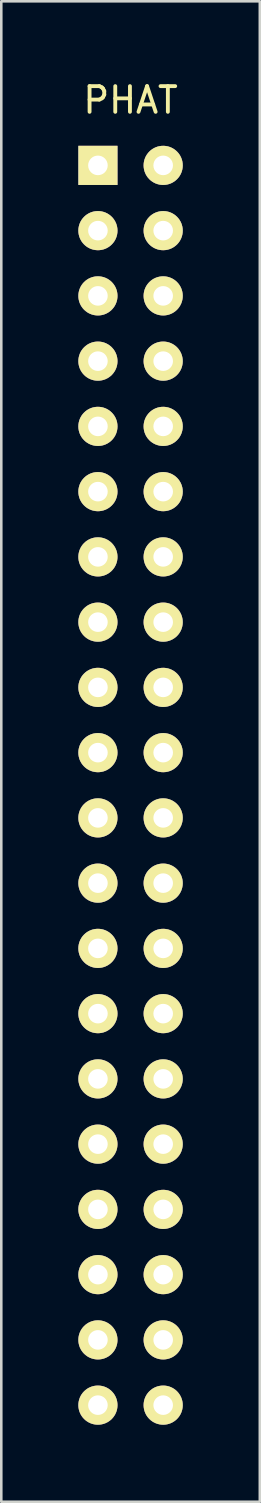
<source format=kicad_pcb>
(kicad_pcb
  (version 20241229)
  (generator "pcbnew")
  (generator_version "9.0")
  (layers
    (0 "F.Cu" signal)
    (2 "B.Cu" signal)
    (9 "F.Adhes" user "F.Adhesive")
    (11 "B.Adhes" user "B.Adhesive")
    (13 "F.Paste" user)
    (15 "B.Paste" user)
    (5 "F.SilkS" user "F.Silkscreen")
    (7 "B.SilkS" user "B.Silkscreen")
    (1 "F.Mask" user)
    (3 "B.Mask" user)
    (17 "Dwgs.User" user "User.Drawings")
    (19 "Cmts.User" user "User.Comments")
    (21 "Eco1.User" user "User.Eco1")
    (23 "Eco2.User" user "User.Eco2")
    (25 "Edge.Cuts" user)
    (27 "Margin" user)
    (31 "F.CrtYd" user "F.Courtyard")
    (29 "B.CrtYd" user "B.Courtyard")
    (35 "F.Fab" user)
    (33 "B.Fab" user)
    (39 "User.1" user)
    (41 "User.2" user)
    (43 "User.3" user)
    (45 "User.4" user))
  (footprint "PHAT"
    (layer "F.Cu")
    (at 2.032 3.388)
    (property "Reference" "PHAT" (at 0 -2.54 0) (layer "F.SilkS") (effects (font (size 1 1) (thickness 0.15))))
    (attr through_hole)
    (pad "1" thru_hole rect (at -1.27 0) (size 1.524 1.524) (drill 0.762) (layers "*.Cu" "*.Mask" "F.SilkS"))
    (pad "2" thru_hole circle (at 1.27 0) (size 1.524 1.524) (drill 0.762) (layers "*.Cu" "*.Mask" "F.SilkS"))
    (pad "3" thru_hole circle (at -1.27 2.54) (size 1.524 1.524) (drill 0.762) (layers "*.Cu" "*.Mask" "F.SilkS"))
    (pad "4" thru_hole circle (at 1.27 2.54) (size 1.524 1.524) (drill 0.762) (layers "*.Cu" "*.Mask" "F.SilkS"))
    (pad "5" thru_hole circle (at -1.27 5.08) (size 1.524 1.524) (drill 0.762) (layers "*.Cu" "*.Mask" "F.SilkS"))
    (pad "6" thru_hole circle (at 1.27 5.08) (size 1.524 1.524) (drill 0.762) (layers "*.Cu" "*.Mask" "F.SilkS"))
    (pad "7" thru_hole circle (at -1.27 7.62) (size 1.524 1.524) (drill 0.762) (layers "*.Cu" "*.Mask" "F.SilkS"))
    (pad "8" thru_hole circle (at 1.27 7.62) (size 1.524 1.524) (drill 0.762) (layers "*.Cu" "*.Mask" "F.SilkS"))
    (pad "9" thru_hole circle (at -1.27 10.16) (size 1.524 1.524) (drill 0.762) (layers "*.Cu" "*.Mask" "F.SilkS"))
    (pad "10" thru_hole circle (at 1.27 10.16) (size 1.524 1.524) (drill 0.762) (layers "*.Cu" "*.Mask" "F.SilkS"))
    (pad "11" thru_hole circle (at -1.27 12.7) (size 1.524 1.524) (drill 0.762) (layers "*.Cu" "*.Mask" "F.SilkS"))
    (pad "12" thru_hole circle (at 1.27 12.7) (size 1.524 1.524) (drill 0.762) (layers "*.Cu" "*.Mask" "F.SilkS"))
    (pad "13" thru_hole circle (at -1.27 15.24) (size 1.524 1.524) (drill 0.762) (layers "*.Cu" "*.Mask" "F.SilkS"))
    (pad "14" thru_hole circle (at 1.27 15.24) (size 1.524 1.524) (drill 0.762) (layers "*.Cu" "*.Mask" "F.SilkS"))
    (pad "15" thru_hole circle (at -1.27 17.78) (size 1.524 1.524) (drill 0.762) (layers "*.Cu" "*.Mask" "F.SilkS"))
    (pad "16" thru_hole circle (at 1.27 17.78) (size 1.524 1.524) (drill 0.762) (layers "*.Cu" "*.Mask" "F.SilkS"))
    (pad "17" thru_hole circle (at -1.27 20.32) (size 1.524 1.524) (drill 0.762) (layers "*.Cu" "*.Mask" "F.SilkS"))
    (pad "18" thru_hole circle (at 1.27 20.32) (size 1.524 1.524) (drill 0.762) (layers "*.Cu" "*.Mask" "F.SilkS"))
    (pad "19" thru_hole circle (at -1.27 22.86) (size 1.524 1.524) (drill 0.762) (layers "*.Cu" "*.Mask" "F.SilkS"))
    (pad "20" thru_hole circle (at 1.27 22.86) (size 1.524 1.524) (drill 0.762) (layers "*.Cu" "*.Mask" "F.SilkS"))
    (pad "21" thru_hole circle (at -1.27 25.4) (size 1.524 1.524) (drill 0.762) (layers "*.Cu" "*.Mask" "F.SilkS"))
    (pad "22" thru_hole circle (at 1.27 25.4) (size 1.524 1.524) (drill 0.762) (layers "*.Cu" "*.Mask" "F.SilkS"))
    (pad "23" thru_hole circle (at -1.27 27.94) (size 1.524 1.524) (drill 0.762) (layers "*.Cu" "*.Mask" "F.SilkS"))
    (pad "24" thru_hole circle (at 1.27 27.94) (size 1.524 1.524) (drill 0.762) (layers "*.Cu" "*.Mask" "F.SilkS"))
    (pad "25" thru_hole circle (at -1.27 30.48) (size 1.524 1.524) (drill 0.762) (layers "*.Cu" "*.Mask" "F.SilkS"))
    (pad "26" thru_hole circle (at 1.27 30.48) (size 1.524 1.524) (drill 0.762) (layers "*.Cu" "*.Mask" "F.SilkS"))
    (pad "27" thru_hole circle (at -1.27 33.02) (size 1.524 1.524) (drill 0.762) (layers "*.Cu" "*.Mask" "F.SilkS"))
    (pad "28" thru_hole circle (at 1.27 33.02) (size 1.524 1.524) (drill 0.762) (layers "*.Cu" "*.Mask" "F.SilkS"))
    (pad "29" thru_hole circle (at -1.27 35.56) (size 1.524 1.524) (drill 0.762) (layers "*.Cu" "*.Mask" "F.SilkS"))
    (pad "30" thru_hole circle (at 1.27 35.56) (size 1.524 1.524) (drill 0.762) (layers "*.Cu" "*.Mask" "F.SilkS"))
    (pad "31" thru_hole circle (at -1.27 38.1) (size 1.524 1.524) (drill 0.762) (layers "*.Cu" "*.Mask" "F.SilkS"))
    (pad "32" thru_hole circle (at 1.27 38.1) (size 1.524 1.524) (drill 0.762) (layers "*.Cu" "*.Mask" "F.SilkS"))
    (pad "33" thru_hole circle (at -1.27 40.64) (size 1.524 1.524) (drill 0.762) (layers "*.Cu" "*.Mask" "F.SilkS"))
    (pad "34" thru_hole circle (at 1.27 40.64) (size 1.524 1.524) (drill 0.762) (layers "*.Cu" "*.Mask" "F.SilkS"))
    (pad "35" thru_hole circle (at -1.27 43.18) (size 1.524 1.524) (drill 0.762) (layers "*.Cu" "*.Mask" "F.SilkS"))
    (pad "36" thru_hole circle (at 1.27 43.18) (size 1.524 1.524) (drill 0.762) (layers "*.Cu" "*.Mask" "F.SilkS"))
    (pad "37" thru_hole circle (at -1.27 45.72) (size 1.524 1.524) (drill 0.762) (layers "*.Cu" "*.Mask" "F.SilkS"))
    (pad "38" thru_hole circle (at 1.27 45.72) (size 1.524 1.524) (drill 0.762) (layers "*.Cu" "*.Mask" "F.SilkS"))
    (pad "39" thru_hole circle (at -1.27 48.26) (size 1.524 1.524) (drill 0.762) (layers "*.Cu" "*.Mask" "F.SilkS"))
    (pad "40" thru_hole circle (at 1.27 48.26) (size 1.524 1.524) (drill 0.762) (layers "*.Cu" "*.Mask" "F.SilkS")))
  (gr_rect
    (start -3 -3)
    (end 7.064 55.41)
    (stroke (width 0.1) (type default))
    (fill no)
    (layer "Edge.Cuts")))
</source>
